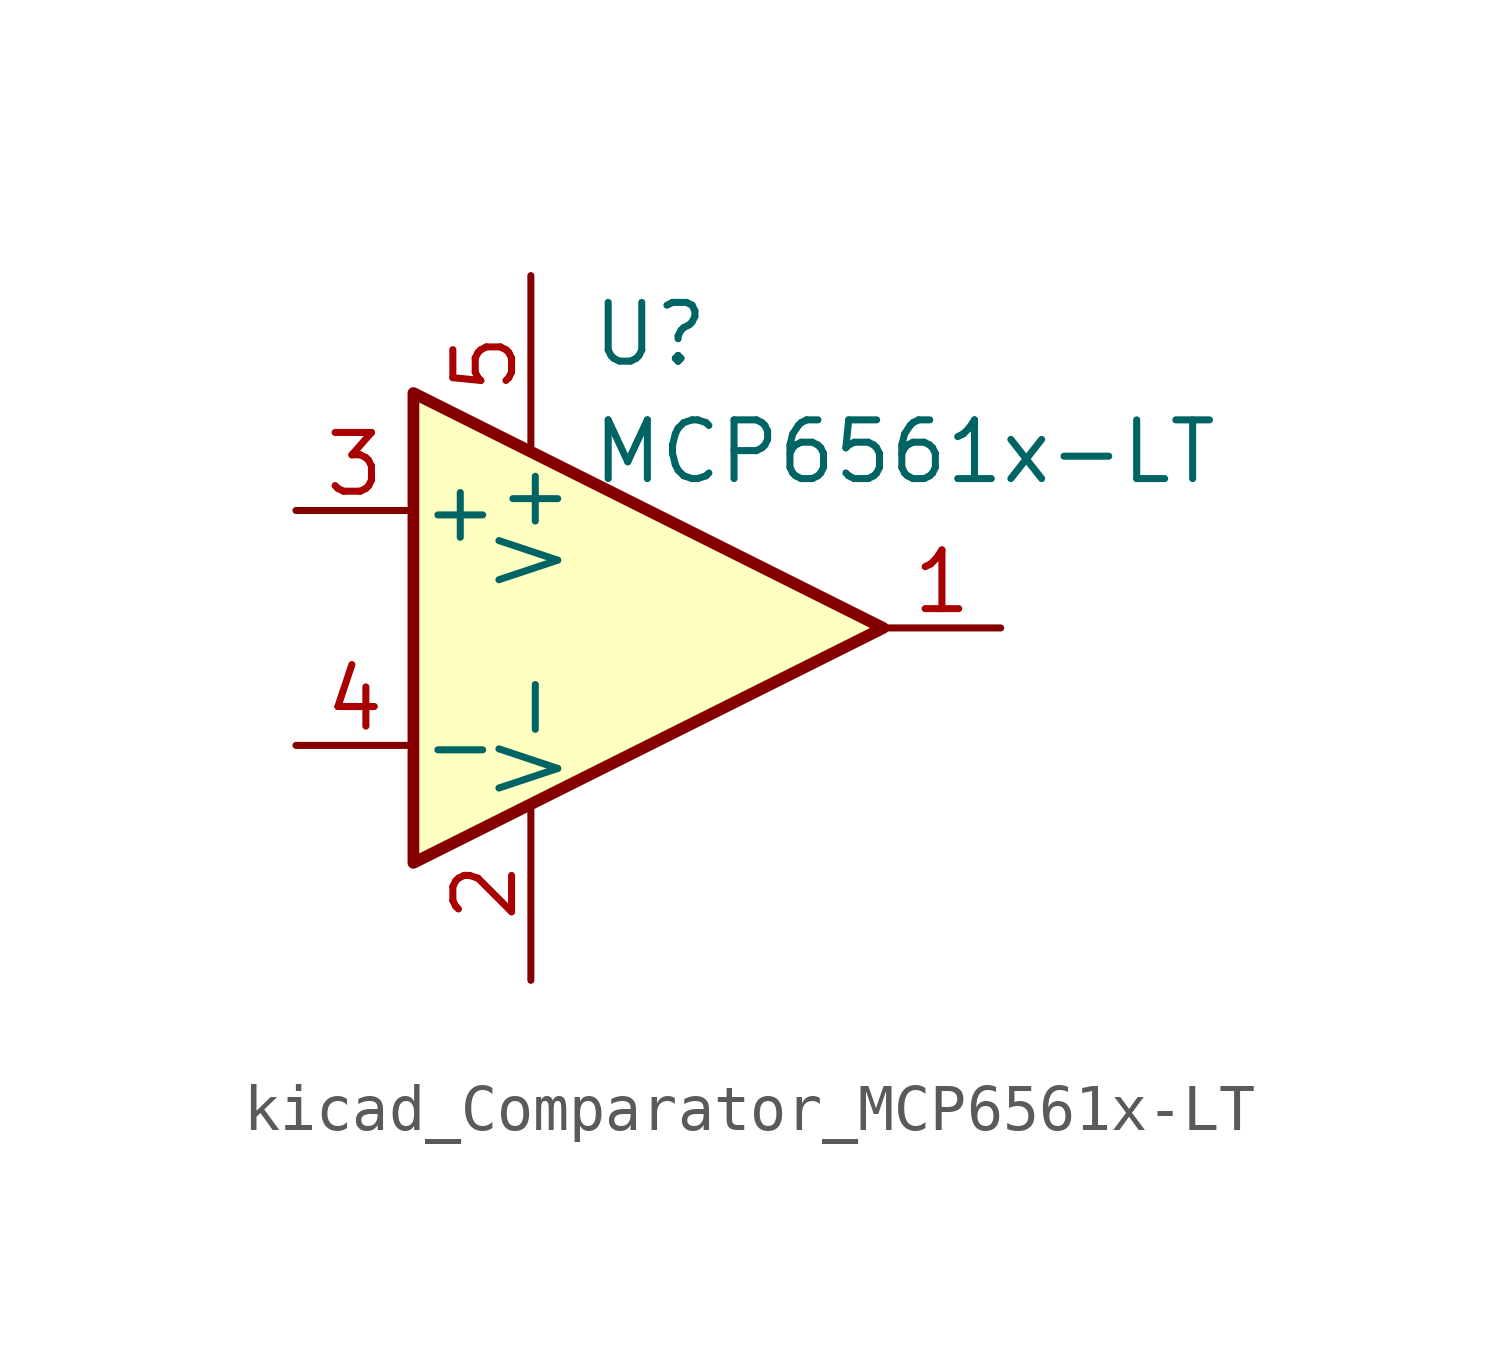
<source format=kicad_sym>
(kicad_symbol_lib
  (version 20220914)
  (generator kicad_symbol_editor)
  (symbol "kicad_Comparator_MCP6561x-LT"
    (pin_names
      (offset 0.127))
    (property "Reference" "U"
      (at -1.27 6.35 0)
      (effects (font (size 1.27 1.27)) (justify left)))
    (property "Value" "MCP6561x-LT"
      (at -1.27 3.81 0)
      (effects (font (size 1.27 1.27)) (justify left)))
    (symbol "kicad_Comparator_MCP6561x-LT_0_1"
      (polyline (pts (xy -5.08 5.08) (xy 5.08 0) (xy -5.08 -5.08) (xy -5.08 5.08)) (stroke (width 0.254) (type default)) (fill (type background)))
      (pin power_in line (at -2.54 -7.62 90) (length 3.81) (name "V-" (effects (font (size 1.27 1.27)))) (number "2" (effects (font (size 1.27 1.27)))))
      (pin power_in line (at -2.54 7.62 270) (length 3.81) (name "V+" (effects (font (size 1.27 1.27)))) (number "5" (effects (font (size 1.27 1.27))))))
    (symbol "kicad_Comparator_MCP6561x-LT_1_1"
      (pin output line (at 7.62 0 180) (length 2.54) (name "~" (effects (font (size 1.27 1.27)))) (number "1" (effects (font (size 1.27 1.27)))))
      (pin input line (at -7.62 2.54 0) (length 2.54) (name "+" (effects (font (size 1.27 1.27)))) (number "3" (effects (font (size 1.27 1.27)))))
      (pin input line (at -7.62 -2.54 0) (length 2.54) (name "-" (effects (font (size 1.27 1.27)))) (number "4" (effects (font (size 1.27 1.27))))))))
</source>
